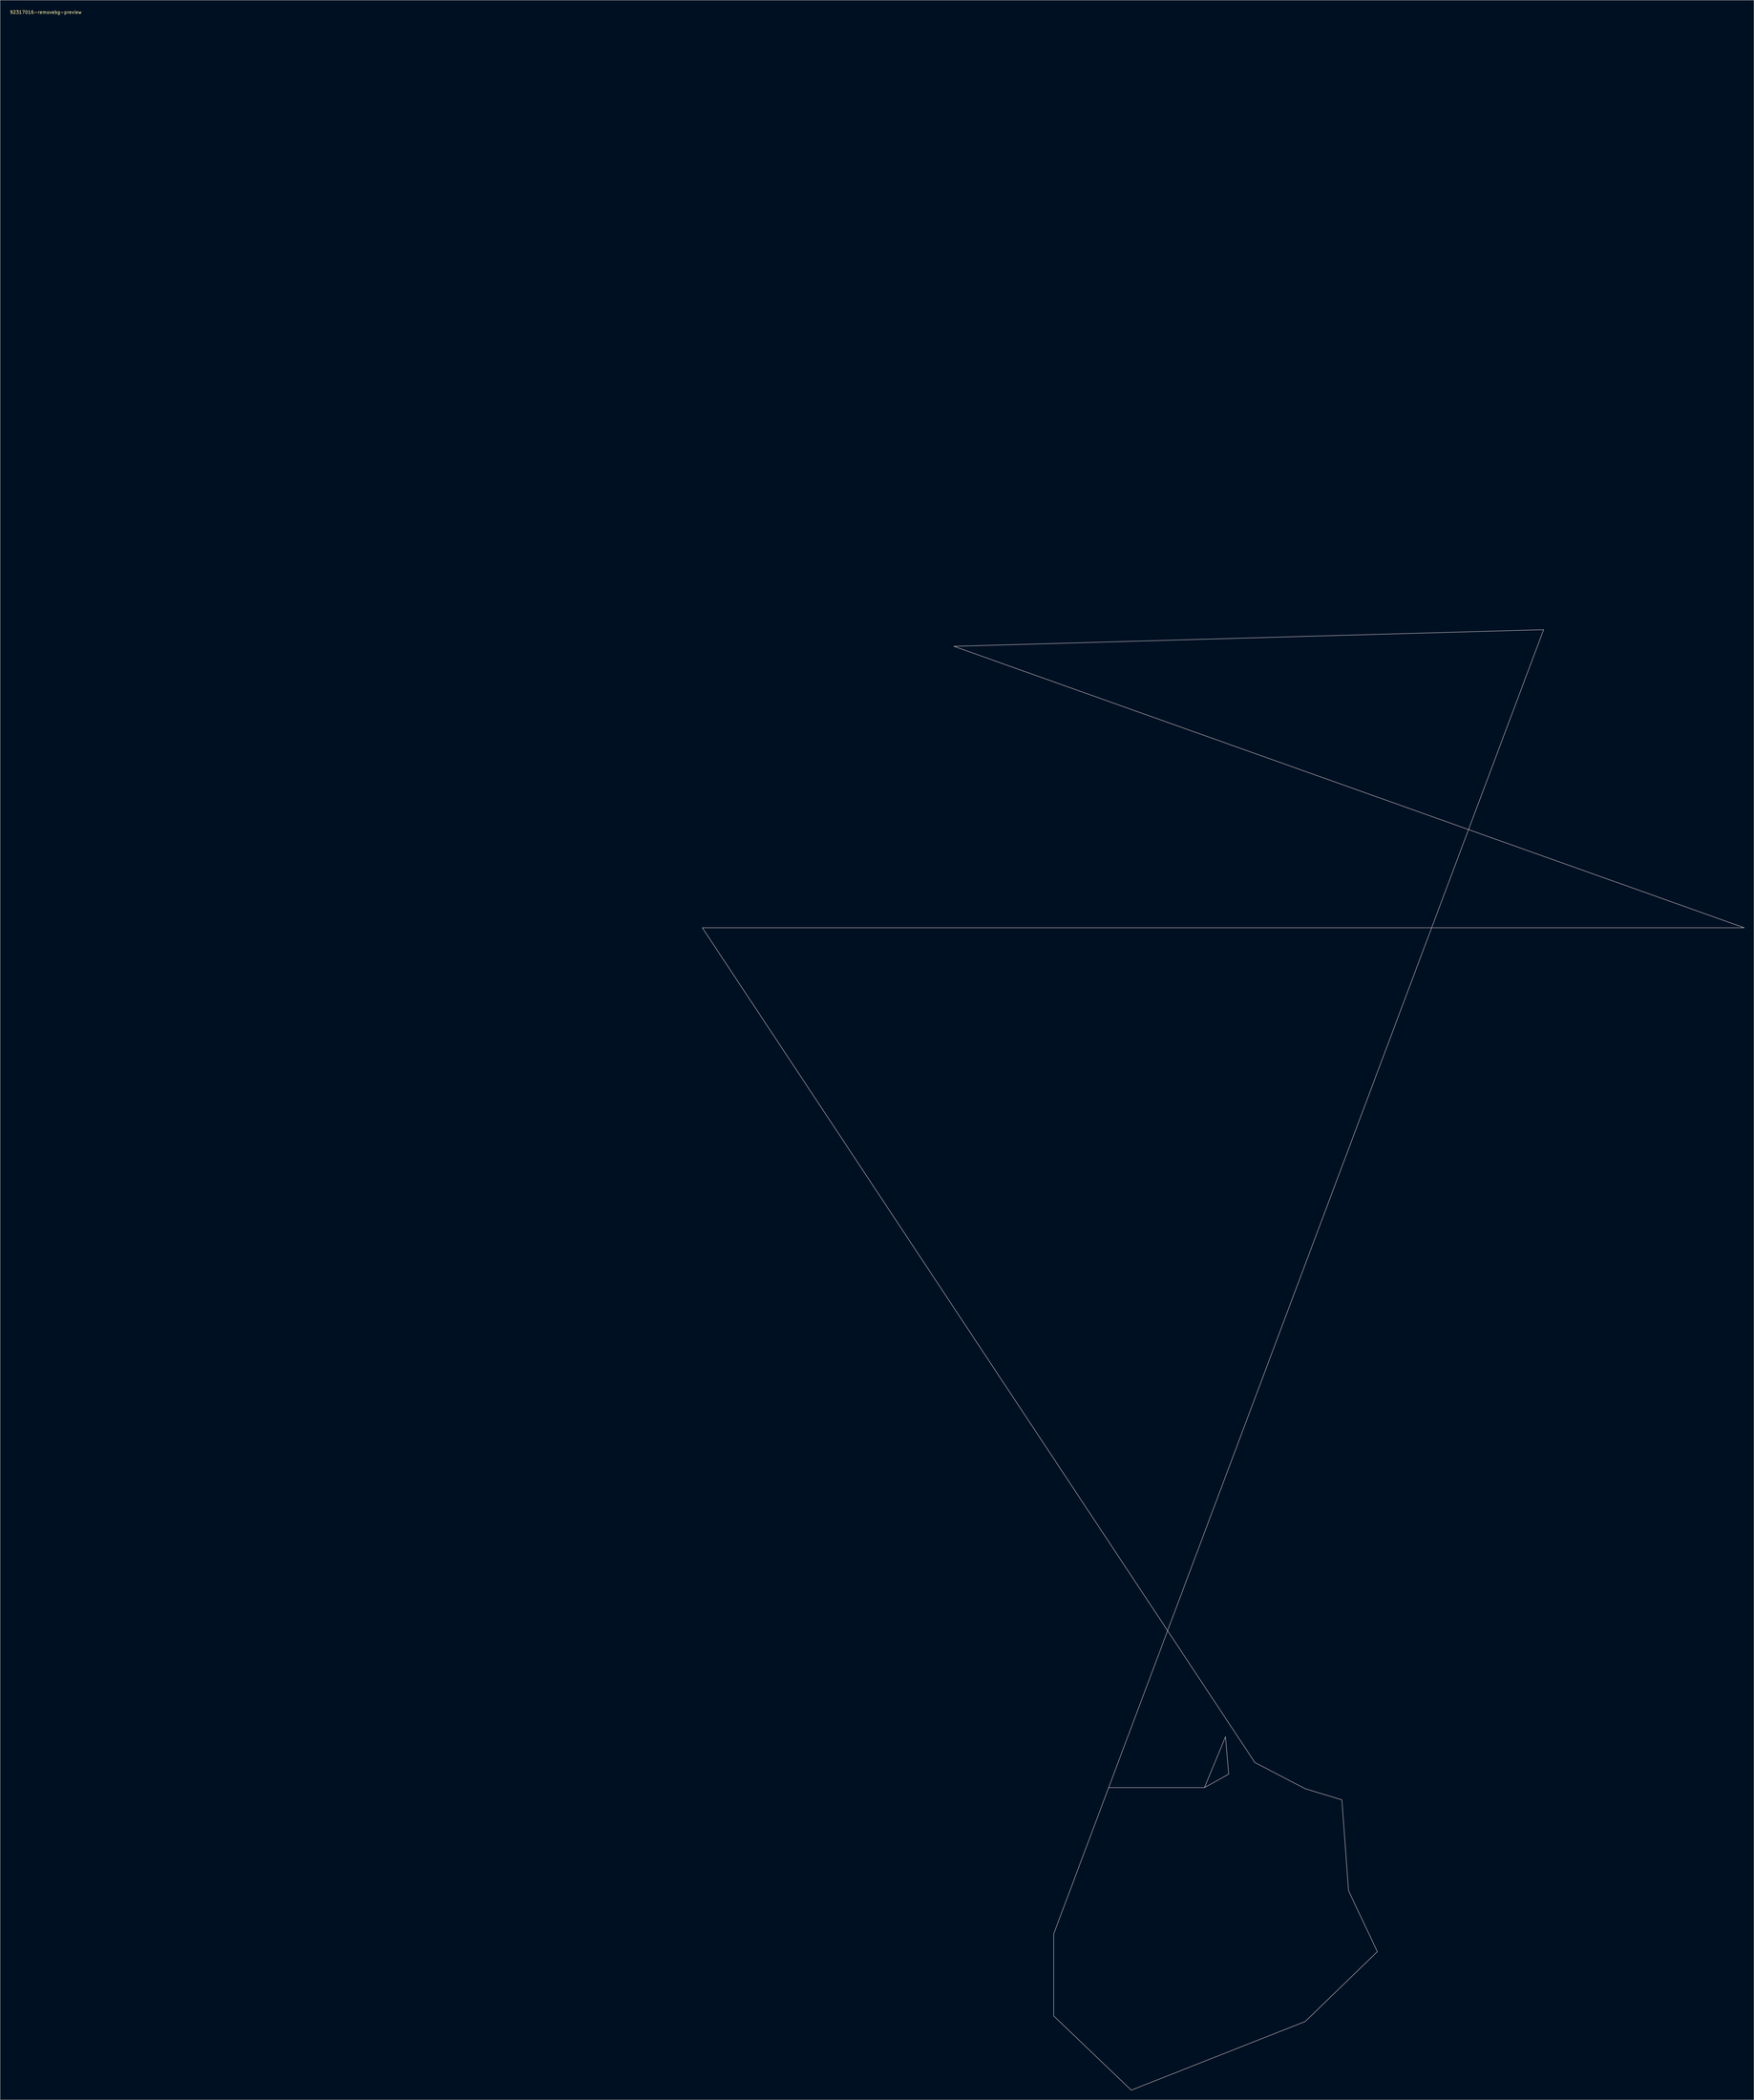
<source format=kicad_pcb>
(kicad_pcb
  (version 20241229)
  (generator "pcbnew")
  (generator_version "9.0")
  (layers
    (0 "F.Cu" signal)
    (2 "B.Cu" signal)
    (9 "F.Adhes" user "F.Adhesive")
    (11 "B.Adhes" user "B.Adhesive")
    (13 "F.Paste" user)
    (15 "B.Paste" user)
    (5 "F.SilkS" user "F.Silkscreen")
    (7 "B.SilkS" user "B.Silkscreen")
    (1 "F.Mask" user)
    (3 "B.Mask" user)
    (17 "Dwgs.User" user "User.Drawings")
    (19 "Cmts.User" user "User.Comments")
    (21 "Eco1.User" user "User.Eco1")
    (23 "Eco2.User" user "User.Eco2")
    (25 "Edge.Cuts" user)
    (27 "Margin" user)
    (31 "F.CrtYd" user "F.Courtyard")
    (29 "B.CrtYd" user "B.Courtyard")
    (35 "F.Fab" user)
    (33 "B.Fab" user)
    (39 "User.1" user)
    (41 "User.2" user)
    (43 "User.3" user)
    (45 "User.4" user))
  (footprint "92317016-removebg-preview"
    (layer "F.Cu")
    (at 11.277 5.852)
    (property "Reference" "92317016-removebg-preview" (at 0.229 -5.004 180) (layer "F.SilkS") (effects (font (size 1 1) (thickness 0.15))))
    (attr through_hole)
    (fp_poly (pts (xy 321.028 606.778) (xy 321.028 632.883) (xy 345.722 656.519) (xy 401.108 634.647) (xy 424.039 612.422) (xy 414.867 593.019) (xy 412.75 564.092) (xy 401.108 560.564) (xy 384.175 551.744) (xy 369.006 560.211) (xy 375.708 543.983) (xy 377.825 568.678) (xy 399.697 574.322) (xy 209.197 286.456) (xy 540.808 286.456) (xy 289.278 196.85) (xy 476.956 191.558)) (stroke (width 0.15) (type solid)) (fill no) (layer "Dwgs.User")))
  (gr_rect
    (start -3 -3)
    (end 555.16 665.446)
    (stroke (width 0.1) (type default))
    (fill no)
    (layer "Edge.Cuts")))
</source>
